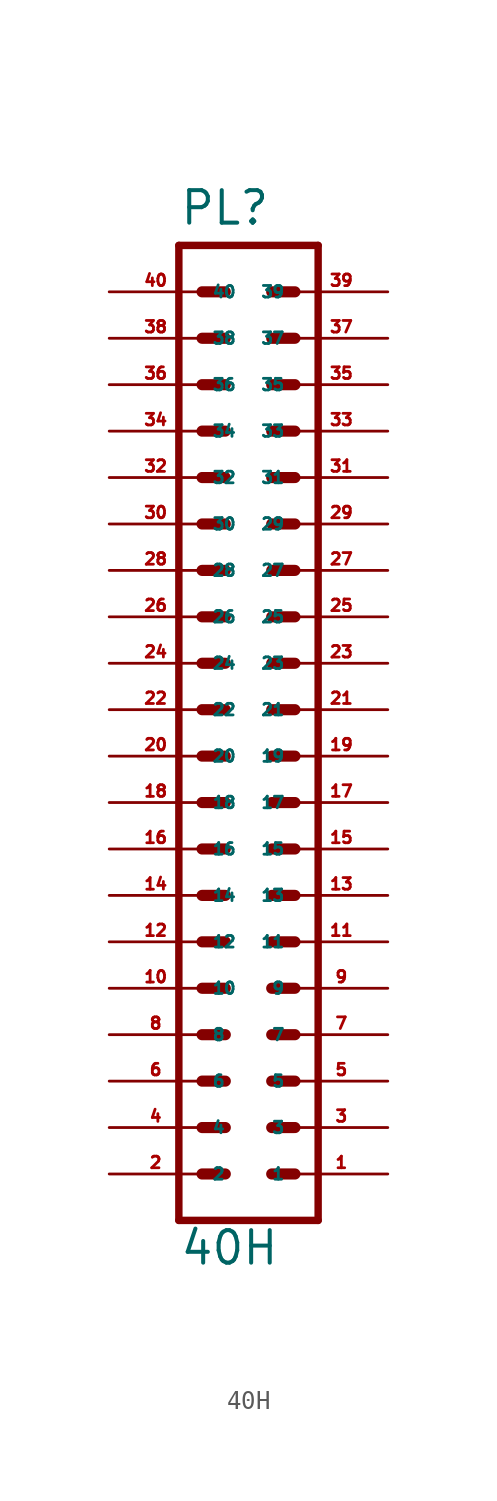
<source format=kicad_sym>
(kicad_symbol_lib
  (version 20220914)
  (generator Eagle2Kicad)
  (symbol "40H"
    (property "Reference" "PL"
      (at -3.81 28.956 0)
      (effects (font (size 1.778 1.778) (thickness 0.22)) (justify left bottom)))
    (property "Value" "40H"
      (at -3.81 -27.94 0)
      (effects (font (size 1.778 1.778) (thickness 0.22)) (justify left bottom)))
    (polyline
      (pts (xy 3.81 -25.4) (xy -3.81 -25.4))
      (stroke (width 0.406) (type default))
      (fill (type none)))
    (polyline
      (pts (xy -3.81 27.94) (xy -3.81 -25.4))
      (stroke (width 0.406) (type default))
      (fill (type none)))
    (polyline
      (pts (xy -3.81 27.94) (xy 3.81 27.94))
      (stroke (width 0.406) (type default))
      (fill (type none)))
    (polyline
      (pts (xy 3.81 -25.4) (xy 3.81 27.94))
      (stroke (width 0.406) (type default))
      (fill (type none)))
    (polyline
      (pts (xy 1.27 0) (xy 2.54 0))
      (stroke (width 0.61) (type default))
      (fill (type none)))
    (polyline
      (pts (xy 1.27 -2.54) (xy 2.54 -2.54))
      (stroke (width 0.61) (type default))
      (fill (type none)))
    (polyline
      (pts (xy 1.27 -5.08) (xy 2.54 -5.08))
      (stroke (width 0.61) (type default))
      (fill (type none)))
    (polyline
      (pts (xy 1.27 -7.62) (xy 2.54 -7.62))
      (stroke (width 0.61) (type default))
      (fill (type none)))
    (polyline
      (pts (xy 1.27 -10.16) (xy 2.54 -10.16))
      (stroke (width 0.61) (type default))
      (fill (type none)))
    (polyline
      (pts (xy 1.27 -12.7) (xy 2.54 -12.7))
      (stroke (width 0.61) (type default))
      (fill (type none)))
    (polyline
      (pts (xy 1.27 -15.24) (xy 2.54 -15.24))
      (stroke (width 0.61) (type default))
      (fill (type none)))
    (polyline
      (pts (xy 1.27 -17.78) (xy 2.54 -17.78))
      (stroke (width 0.61) (type default))
      (fill (type none)))
    (polyline
      (pts (xy 1.27 -20.32) (xy 2.54 -20.32))
      (stroke (width 0.61) (type default))
      (fill (type none)))
    (polyline
      (pts (xy 1.27 -22.86) (xy 2.54 -22.86))
      (stroke (width 0.61) (type default))
      (fill (type none)))
    (polyline
      (pts (xy -2.54 0) (xy -1.27 0))
      (stroke (width 0.61) (type default))
      (fill (type none)))
    (polyline
      (pts (xy -2.54 -2.54) (xy -1.27 -2.54))
      (stroke (width 0.61) (type default))
      (fill (type none)))
    (polyline
      (pts (xy -2.54 -5.08) (xy -1.27 -5.08))
      (stroke (width 0.61) (type default))
      (fill (type none)))
    (polyline
      (pts (xy -2.54 -7.62) (xy -1.27 -7.62))
      (stroke (width 0.61) (type default))
      (fill (type none)))
    (polyline
      (pts (xy -2.54 -10.16) (xy -1.27 -10.16))
      (stroke (width 0.61) (type default))
      (fill (type none)))
    (polyline
      (pts (xy -2.54 -12.7) (xy -1.27 -12.7))
      (stroke (width 0.61) (type default))
      (fill (type none)))
    (polyline
      (pts (xy -2.54 -15.24) (xy -1.27 -15.24))
      (stroke (width 0.61) (type default))
      (fill (type none)))
    (polyline
      (pts (xy -2.54 -17.78) (xy -1.27 -17.78))
      (stroke (width 0.61) (type default))
      (fill (type none)))
    (polyline
      (pts (xy -2.54 -20.32) (xy -1.27 -20.32))
      (stroke (width 0.61) (type default))
      (fill (type none)))
    (polyline
      (pts (xy -2.54 -22.86) (xy -1.27 -22.86))
      (stroke (width 0.61) (type default))
      (fill (type none)))
    (polyline
      (pts (xy 1.27 2.54) (xy 2.54 2.54))
      (stroke (width 0.61) (type default))
      (fill (type none)))
    (polyline
      (pts (xy 1.27 5.08) (xy 2.54 5.08))
      (stroke (width 0.61) (type default))
      (fill (type none)))
    (polyline
      (pts (xy 1.27 7.62) (xy 2.54 7.62))
      (stroke (width 0.61) (type default))
      (fill (type none)))
    (polyline
      (pts (xy 1.27 10.16) (xy 2.54 10.16))
      (stroke (width 0.61) (type default))
      (fill (type none)))
    (polyline
      (pts (xy 1.27 12.7) (xy 2.54 12.7))
      (stroke (width 0.61) (type default))
      (fill (type none)))
    (polyline
      (pts (xy 1.27 15.24) (xy 2.54 15.24))
      (stroke (width 0.61) (type default))
      (fill (type none)))
    (polyline
      (pts (xy 1.27 17.78) (xy 2.54 17.78))
      (stroke (width 0.61) (type default))
      (fill (type none)))
    (polyline
      (pts (xy -2.54 2.54) (xy -1.27 2.54))
      (stroke (width 0.61) (type default))
      (fill (type none)))
    (polyline
      (pts (xy -2.54 5.08) (xy -1.27 5.08))
      (stroke (width 0.61) (type default))
      (fill (type none)))
    (polyline
      (pts (xy -2.54 7.62) (xy -1.27 7.62))
      (stroke (width 0.61) (type default))
      (fill (type none)))
    (polyline
      (pts (xy -2.54 10.16) (xy -1.27 10.16))
      (stroke (width 0.61) (type default))
      (fill (type none)))
    (polyline
      (pts (xy -2.54 12.7) (xy -1.27 12.7))
      (stroke (width 0.61) (type default))
      (fill (type none)))
    (polyline
      (pts (xy -2.54 15.24) (xy -1.27 15.24))
      (stroke (width 0.61) (type default))
      (fill (type none)))
    (polyline
      (pts (xy -2.54 17.78) (xy -1.27 17.78))
      (stroke (width 0.61) (type default))
      (fill (type none)))
    (polyline
      (pts (xy 1.27 20.32) (xy 2.54 20.32))
      (stroke (width 0.61) (type default))
      (fill (type none)))
    (polyline
      (pts (xy 1.27 22.86) (xy 2.54 22.86))
      (stroke (width 0.61) (type default))
      (fill (type none)))
    (polyline
      (pts (xy -2.54 20.32) (xy -1.27 20.32))
      (stroke (width 0.61) (type default))
      (fill (type none)))
    (polyline
      (pts (xy -2.54 22.86) (xy -1.27 22.86))
      (stroke (width 0.61) (type default))
      (fill (type none)))
    (polyline
      (pts (xy -2.54 25.4) (xy -1.27 25.4))
      (stroke (width 0.61) (type default))
      (fill (type none)))
    (polyline
      (pts (xy 1.27 25.4) (xy 2.54 25.4))
      (stroke (width 0.61) (type default))
      (fill (type none)))
    (pin passive line
      (at 7.62 -22.86 180)
      (length 5.08)
      (name "1" (effects (font (size 0.635 0.635) (thickness 0.08)) (justify left bottom)))
      (number "1" (effects (font (size 0.635 0.635) (thickness 0.08)) (justify left bottom))))
    (pin passive line
      (at -7.62 -22.86 0)
      (length 5.08)
      (name "2" (effects (font (size 0.635 0.635) (thickness 0.08)) (justify left bottom)))
      (number "2" (effects (font (size 0.635 0.635) (thickness 0.08)) (justify left bottom))))
    (pin passive line
      (at 7.62 -20.32 180)
      (length 5.08)
      (name "3" (effects (font (size 0.635 0.635) (thickness 0.08)) (justify left bottom)))
      (number "3" (effects (font (size 0.635 0.635) (thickness 0.08)) (justify left bottom))))
    (pin passive line
      (at -7.62 -20.32 0)
      (length 5.08)
      (name "4" (effects (font (size 0.635 0.635) (thickness 0.08)) (justify left bottom)))
      (number "4" (effects (font (size 0.635 0.635) (thickness 0.08)) (justify left bottom))))
    (pin passive line
      (at 7.62 -17.78 180)
      (length 5.08)
      (name "5" (effects (font (size 0.635 0.635) (thickness 0.08)) (justify left bottom)))
      (number "5" (effects (font (size 0.635 0.635) (thickness 0.08)) (justify left bottom))))
    (pin passive line
      (at -7.62 -17.78 0)
      (length 5.08)
      (name "6" (effects (font (size 0.635 0.635) (thickness 0.08)) (justify left bottom)))
      (number "6" (effects (font (size 0.635 0.635) (thickness 0.08)) (justify left bottom))))
    (pin passive line
      (at 7.62 -15.24 180)
      (length 5.08)
      (name "7" (effects (font (size 0.635 0.635) (thickness 0.08)) (justify left bottom)))
      (number "7" (effects (font (size 0.635 0.635) (thickness 0.08)) (justify left bottom))))
    (pin passive line
      (at -7.62 -15.24 0)
      (length 5.08)
      (name "8" (effects (font (size 0.635 0.635) (thickness 0.08)) (justify left bottom)))
      (number "8" (effects (font (size 0.635 0.635) (thickness 0.08)) (justify left bottom))))
    (pin passive line
      (at 7.62 -12.7 180)
      (length 5.08)
      (name "9" (effects (font (size 0.635 0.635) (thickness 0.08)) (justify left bottom)))
      (number "9" (effects (font (size 0.635 0.635) (thickness 0.08)) (justify left bottom))))
    (pin passive line
      (at -7.62 -12.7 0)
      (length 5.08)
      (name "10" (effects (font (size 0.635 0.635) (thickness 0.08)) (justify left bottom)))
      (number "10" (effects (font (size 0.635 0.635) (thickness 0.08)) (justify left bottom))))
    (pin passive line
      (at 7.62 2.54 180)
      (length 5.08)
      (name "21" (effects (font (size 0.635 0.635) (thickness 0.08)) (justify left bottom)))
      (number "21" (effects (font (size 0.635 0.635) (thickness 0.08)) (justify left bottom))))
    (pin passive line
      (at -7.62 2.54 0)
      (length 5.08)
      (name "22" (effects (font (size 0.635 0.635) (thickness 0.08)) (justify left bottom)))
      (number "22" (effects (font (size 0.635 0.635) (thickness 0.08)) (justify left bottom))))
    (pin passive line
      (at 7.62 5.08 180)
      (length 5.08)
      (name "23" (effects (font (size 0.635 0.635) (thickness 0.08)) (justify left bottom)))
      (number "23" (effects (font (size 0.635 0.635) (thickness 0.08)) (justify left bottom))))
    (pin passive line
      (at -7.62 5.08 0)
      (length 5.08)
      (name "24" (effects (font (size 0.635 0.635) (thickness 0.08)) (justify left bottom)))
      (number "24" (effects (font (size 0.635 0.635) (thickness 0.08)) (justify left bottom))))
    (pin passive line
      (at 7.62 7.62 180)
      (length 5.08)
      (name "25" (effects (font (size 0.635 0.635) (thickness 0.08)) (justify left bottom)))
      (number "25" (effects (font (size 0.635 0.635) (thickness 0.08)) (justify left bottom))))
    (pin passive line
      (at -7.62 7.62 0)
      (length 5.08)
      (name "26" (effects (font (size 0.635 0.635) (thickness 0.08)) (justify left bottom)))
      (number "26" (effects (font (size 0.635 0.635) (thickness 0.08)) (justify left bottom))))
    (pin passive line
      (at 7.62 10.16 180)
      (length 5.08)
      (name "27" (effects (font (size 0.635 0.635) (thickness 0.08)) (justify left bottom)))
      (number "27" (effects (font (size 0.635 0.635) (thickness 0.08)) (justify left bottom))))
    (pin passive line
      (at -7.62 10.16 0)
      (length 5.08)
      (name "28" (effects (font (size 0.635 0.635) (thickness 0.08)) (justify left bottom)))
      (number "28" (effects (font (size 0.635 0.635) (thickness 0.08)) (justify left bottom))))
    (pin passive line
      (at 7.62 12.7 180)
      (length 5.08)
      (name "29" (effects (font (size 0.635 0.635) (thickness 0.08)) (justify left bottom)))
      (number "29" (effects (font (size 0.635 0.635) (thickness 0.08)) (justify left bottom))))
    (pin passive line
      (at -7.62 12.7 0)
      (length 5.08)
      (name "30" (effects (font (size 0.635 0.635) (thickness 0.08)) (justify left bottom)))
      (number "30" (effects (font (size 0.635 0.635) (thickness 0.08)) (justify left bottom))))
    (pin passive line
      (at 7.62 -10.16 180)
      (length 5.08)
      (name "11" (effects (font (size 0.635 0.635) (thickness 0.08)) (justify left bottom)))
      (number "11" (effects (font (size 0.635 0.635) (thickness 0.08)) (justify left bottom))))
    (pin passive line
      (at -7.62 -10.16 0)
      (length 5.08)
      (name "12" (effects (font (size 0.635 0.635) (thickness 0.08)) (justify left bottom)))
      (number "12" (effects (font (size 0.635 0.635) (thickness 0.08)) (justify left bottom))))
    (pin passive line
      (at 7.62 -7.62 180)
      (length 5.08)
      (name "13" (effects (font (size 0.635 0.635) (thickness 0.08)) (justify left bottom)))
      (number "13" (effects (font (size 0.635 0.635) (thickness 0.08)) (justify left bottom))))
    (pin passive line
      (at -7.62 -7.62 0)
      (length 5.08)
      (name "14" (effects (font (size 0.635 0.635) (thickness 0.08)) (justify left bottom)))
      (number "14" (effects (font (size 0.635 0.635) (thickness 0.08)) (justify left bottom))))
    (pin passive line
      (at 7.62 -5.08 180)
      (length 5.08)
      (name "15" (effects (font (size 0.635 0.635) (thickness 0.08)) (justify left bottom)))
      (number "15" (effects (font (size 0.635 0.635) (thickness 0.08)) (justify left bottom))))
    (pin passive line
      (at -7.62 -5.08 0)
      (length 5.08)
      (name "16" (effects (font (size 0.635 0.635) (thickness 0.08)) (justify left bottom)))
      (number "16" (effects (font (size 0.635 0.635) (thickness 0.08)) (justify left bottom))))
    (pin passive line
      (at 7.62 -2.54 180)
      (length 5.08)
      (name "17" (effects (font (size 0.635 0.635) (thickness 0.08)) (justify left bottom)))
      (number "17" (effects (font (size 0.635 0.635) (thickness 0.08)) (justify left bottom))))
    (pin passive line
      (at 7.62 15.24 180)
      (length 5.08)
      (name "31" (effects (font (size 0.635 0.635) (thickness 0.08)) (justify left bottom)))
      (number "31" (effects (font (size 0.635 0.635) (thickness 0.08)) (justify left bottom))))
    (pin passive line
      (at -7.62 15.24 0)
      (length 5.08)
      (name "32" (effects (font (size 0.635 0.635) (thickness 0.08)) (justify left bottom)))
      (number "32" (effects (font (size 0.635 0.635) (thickness 0.08)) (justify left bottom))))
    (pin passive line
      (at 7.62 17.78 180)
      (length 5.08)
      (name "33" (effects (font (size 0.635 0.635) (thickness 0.08)) (justify left bottom)))
      (number "33" (effects (font (size 0.635 0.635) (thickness 0.08)) (justify left bottom))))
    (pin passive line
      (at -7.62 17.78 0)
      (length 5.08)
      (name "34" (effects (font (size 0.635 0.635) (thickness 0.08)) (justify left bottom)))
      (number "34" (effects (font (size 0.635 0.635) (thickness 0.08)) (justify left bottom))))
    (pin passive line
      (at 7.62 20.32 180)
      (length 5.08)
      (name "35" (effects (font (size 0.635 0.635) (thickness 0.08)) (justify left bottom)))
      (number "35" (effects (font (size 0.635 0.635) (thickness 0.08)) (justify left bottom))))
    (pin passive line
      (at -7.62 20.32 0)
      (length 5.08)
      (name "36" (effects (font (size 0.635 0.635) (thickness 0.08)) (justify left bottom)))
      (number "36" (effects (font (size 0.635 0.635) (thickness 0.08)) (justify left bottom))))
    (pin passive line
      (at 7.62 22.86 180)
      (length 5.08)
      (name "37" (effects (font (size 0.635 0.635) (thickness 0.08)) (justify left bottom)))
      (number "37" (effects (font (size 0.635 0.635) (thickness 0.08)) (justify left bottom))))
    (pin passive line
      (at -7.62 -2.54 0)
      (length 5.08)
      (name "18" (effects (font (size 0.635 0.635) (thickness 0.08)) (justify left bottom)))
      (number "18" (effects (font (size 0.635 0.635) (thickness 0.08)) (justify left bottom))))
    (pin passive line
      (at 7.62 0 180)
      (length 5.08)
      (name "19" (effects (font (size 0.635 0.635) (thickness 0.08)) (justify left bottom)))
      (number "19" (effects (font (size 0.635 0.635) (thickness 0.08)) (justify left bottom))))
    (pin passive line
      (at -7.62 0 0)
      (length 5.08)
      (name "20" (effects (font (size 0.635 0.635) (thickness 0.08)) (justify left bottom)))
      (number "20" (effects (font (size 0.635 0.635) (thickness 0.08)) (justify left bottom))))
    (pin passive line
      (at -7.62 22.86 0)
      (length 5.08)
      (name "38" (effects (font (size 0.635 0.635) (thickness 0.08)) (justify left bottom)))
      (number "38" (effects (font (size 0.635 0.635) (thickness 0.08)) (justify left bottom))))
    (pin passive line
      (at 7.62 25.4 180)
      (length 5.08)
      (name "39" (effects (font (size 0.635 0.635) (thickness 0.08)) (justify left bottom)))
      (number "39" (effects (font (size 0.635 0.635) (thickness 0.08)) (justify left bottom))))
    (pin passive line
      (at -7.62 25.4 0)
      (length 5.08)
      (name "40" (effects (font (size 0.635 0.635) (thickness 0.08)) (justify left bottom)))
      (number "40" (effects (font (size 0.635 0.635) (thickness 0.08)) (justify left bottom))))))
</source>
